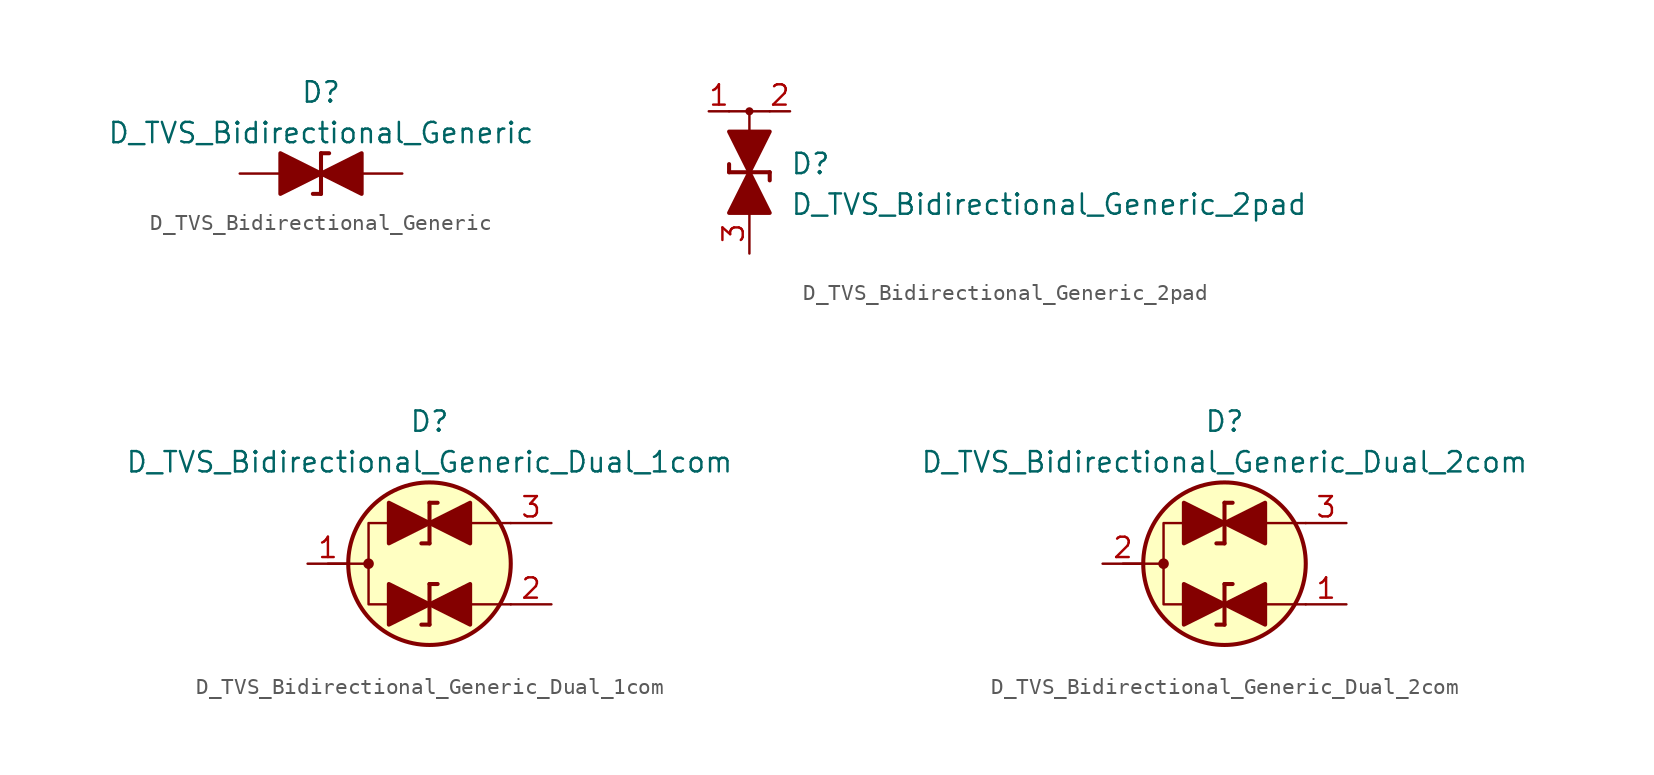
<source format=kicad_sym>
(kicad_symbol_lib
  (version 20211014)
  (generator kicad_symbol_editor)
  (symbol "D_TVS_Bidirectional_Generic"
    (pin_numbers hide)
    (pin_names
      (offset 1.016) hide)
    (property "Reference" "D"
      (at 0 5.08 0)
      (effects (font (size 1.27 1.27))))
    (property "Value" "D_TVS_Bidirectional_Generic"
      (at 0 2.54 0)
      (effects (font (size 1.27 1.27))))
    (symbol "D_TVS_Bidirectional_Generic_0_1"
      (polyline (pts (xy 0 -1.27) (xy -0.508 -1.27)) (stroke (width 0.254) (type default) (color 0 0 0 0)) (fill (type none)))
      (polyline (pts (xy 0 1.27) (xy 0 -1.27)) (stroke (width 0.254) (type default) (color 0 0 0 0)) (fill (type none)))
      (polyline (pts (xy 0 1.27) (xy 0.508 1.27)) (stroke (width 0.254) (type default) (color 0 0 0 0)) (fill (type none)))
      (polyline (pts (xy 1.27 0) (xy -1.27 0)) (stroke (width 0) (type default) (color 0 0 0 0)) (fill (type none)))
      (polyline (pts (xy 0 0) (xy -2.54 1.27) (xy -2.54 -1.27) (xy 0 0)) (stroke (width 0.254) (type default) (color 0 0 0 0)) (fill (type outline)))
      (polyline (pts (xy 2.54 1.27) (xy 2.54 -1.27) (xy 0 0) (xy 2.54 1.27)) (stroke (width 0.254) (type default) (color 0 0 0 0)) (fill (type outline))))
    (symbol "D_TVS_Bidirectional_Generic_1_1"
      (pin passive line (at -5.08 0 0) (length 2.54) (name "K" (effects (font (size 1.27 1.27)))) (number "1" (effects (font (size 1.27 1.27)))))
      (pin passive line (at 5.08 0 180) (length 2.54) (name "A" (effects (font (size 1.27 1.27)))) (number "2" (effects (font (size 1.27 1.27)))))))
  (symbol "D_TVS_Bidirectional_Generic_2pad"
    (pin_names
      (offset 1.016) hide)
    (property "Reference" "D"
      (at 2.54 1.27 0)
      (effects (font (size 1.27 1.27)) (justify left top)))
    (property "Value" "D_TVS_Bidirectional_Generic_2pad"
      (at 2.54 -1.27 0)
      (effects (font (size 1.27 1.27)) (justify left top)))
    (symbol "D_TVS_Bidirectional_Generic_2pad_0_1"
      (polyline (pts (xy -1.27 0) (xy -1.27 0.508)) (stroke (width 0.254) (type default) (color 0 0 0 0)) (fill (type none)))
      (polyline (pts (xy -1.27 0) (xy 1.27 0)) (stroke (width 0.254) (type default) (color 0 0 0 0)) (fill (type none)))
      (polyline (pts (xy 0 1.27) (xy 0 -1.27)) (stroke (width 0) (type default) (color 0 0 0 0)) (fill (type none)))
      (polyline (pts (xy 0 2.54) (xy 0 1.27)) (stroke (width 0) (type default) (color 0 0 0 0)) (fill (type none)))
      (polyline (pts (xy 1.27 0) (xy 1.27 -0.508)) (stroke (width 0.254) (type default) (color 0 0 0 0)) (fill (type none)))
      (polyline (pts (xy -1.27 2.54) (xy 1.27 2.54) (xy 0 0) (xy -1.27 2.54)) (stroke (width 0.254) (type default) (color 0 0 0 0)) (fill (type outline)))
      (polyline (pts (xy 0 0) (xy -1.27 -2.54) (xy 1.27 -2.54) (xy 0 0)) (stroke (width 0.254) (type default) (color 0 0 0 0)) (fill (type outline))))
    (symbol "D_TVS_Bidirectional_Generic_2pad_1_1"
      (polyline (pts (xy 0 2.54) (xy 0 3.81)) (stroke (width 0) (type default) (color 0 0 0 0)) (fill (type none)))
      (polyline (pts (xy 1.27 3.81) (xy -1.27 3.81)) (stroke (width 0) (type default) (color 0 0 0 0)) (fill (type none)))
      (circle (center 0 3.81) (radius 0.178) (stroke (width 0) (type default) (color 0 0 0 0)) (fill (type outline)))
      (pin passive line (at -2.54 3.81 0) (length 1.27) (name "In" (effects (font (size 1.27 1.27)))) (number "1" (effects (font (size 1.27 1.27)))))
      (pin passive line (at 2.54 3.81 180) (length 1.27) (name "Out" (effects (font (size 1.27 1.27)))) (number "2" (effects (font (size 1.27 1.27)))))
      (pin passive line (at 0 -5.08 90) (length 2.54) (name "Gnd" (effects (font (size 1.27 1.27)))) (number "3" (effects (font (size 1.27 1.27)))))))
  (symbol "D_TVS_Bidirectional_Generic_Dual_1com"
    (pin_names
      (offset 1.016) hide)
    (property "Reference" "D"
      (at 0 8.89 0)
      (effects (font (size 1.27 1.27))))
    (property "Value" "D_TVS_Bidirectional_Generic_Dual_1com"
      (at 0 6.35 0)
      (effects (font (size 1.27 1.27))))
    (symbol "D_TVS_Bidirectional_Generic_Dual_1com_0_1"
      (circle (center -3.81 0) (radius 0.254) (stroke (width 0) (type default) (color 0 0 0 0)) (fill (type outline)))
      (polyline (pts (xy -6.35 0) (xy -3.81 0)) (stroke (width 0) (type default) (color 0 0 0 0)) (fill (type none)))
      (polyline (pts (xy 1.27 -2.54) (xy 5.08 -2.54)) (stroke (width 0) (type default) (color 0 0 0 0)) (fill (type none)))
      (polyline (pts (xy 1.27 2.54) (xy 5.08 2.54)) (stroke (width 0) (type default) (color 0 0 0 0)) (fill (type none)))
      (polyline (pts (xy -2.54 2.54) (xy -3.81 2.54) (xy -3.81 -2.54) (xy -2.54 -2.54)) (stroke (width 0) (type default) (color 0 0 0 0)) (fill (type none)))
      (circle (center 0 0) (radius 5.08) (stroke (width 0.254) (type default) (color 0 0 0 0)) (fill (type background))))
    (symbol "D_TVS_Bidirectional_Generic_Dual_1com_1_1"
      (polyline (pts (xy -1.27 -2.54) (xy 1.27 -2.54)) (stroke (width 0) (type default) (color 0 0 0 0)) (fill (type none)))
      (polyline (pts (xy -1.27 2.54) (xy 1.27 2.54)) (stroke (width 0) (type default) (color 0 0 0 0)) (fill (type none)))
      (polyline (pts (xy 0 -3.81) (xy -0.508 -3.81)) (stroke (width 0.254) (type default) (color 0 0 0 0)) (fill (type none)))
      (polyline (pts (xy 0 -3.81) (xy 0 -1.27)) (stroke (width 0.254) (type default) (color 0 0 0 0)) (fill (type none)))
      (polyline (pts (xy 0 -1.27) (xy 0.508 -1.27)) (stroke (width 0.254) (type default) (color 0 0 0 0)) (fill (type none)))
      (polyline (pts (xy 0 1.27) (xy -0.508 1.27)) (stroke (width 0.254) (type default) (color 0 0 0 0)) (fill (type none)))
      (polyline (pts (xy 0 1.27) (xy 0 3.81)) (stroke (width 0.254) (type default) (color 0 0 0 0)) (fill (type none)))
      (polyline (pts (xy 0 3.81) (xy 0.508 3.81)) (stroke (width 0.254) (type default) (color 0 0 0 0)) (fill (type none)))
      (polyline (pts (xy -2.54 -3.81) (xy -2.54 -1.27) (xy 0 -2.54) (xy -2.54 -3.81)) (stroke (width 0.254) (type default) (color 0 0 0 0)) (fill (type outline)))
      (polyline (pts (xy -2.54 1.27) (xy -2.54 3.81) (xy 0 2.54) (xy -2.54 1.27)) (stroke (width 0.254) (type default) (color 0 0 0 0)) (fill (type outline)))
      (polyline (pts (xy 0 -2.54) (xy 2.54 -3.81) (xy 2.54 -1.27) (xy 0 -2.54)) (stroke (width 0.254) (type default) (color 0 0 0 0)) (fill (type outline)))
      (polyline (pts (xy 0 2.54) (xy 2.54 1.27) (xy 2.54 3.81) (xy 0 2.54)) (stroke (width 0.254) (type default) (color 0 0 0 0)) (fill (type outline)))
      (pin passive line (at -7.62 0 0) (length 2.54) (name "Com" (effects (font (size 1.27 1.27)))) (number "1" (effects (font (size 1.27 1.27)))))
      (pin passive line (at 7.62 -2.54 180) (length 2.54) (name "A1" (effects (font (size 1.27 1.27)))) (number "2" (effects (font (size 1.27 1.27)))))
      (pin passive line (at 7.62 2.54 180) (length 2.54) (name "A2" (effects (font (size 1.27 1.27)))) (number "3" (effects (font (size 1.27 1.27)))))))
  (symbol "D_TVS_Bidirectional_Generic_Dual_2com"
    (pin_names
      (offset 1.016) hide)
    (property "Reference" "D"
      (at 0 8.89 0)
      (effects (font (size 1.27 1.27))))
    (property "Value" "D_TVS_Bidirectional_Generic_Dual_2com"
      (at 0 6.35 0)
      (effects (font (size 1.27 1.27))))
    (symbol "D_TVS_Bidirectional_Generic_Dual_2com_0_1"
      (circle (center -3.81 0) (radius 0.254) (stroke (width 0) (type default) (color 0 0 0 0)) (fill (type outline)))
      (polyline (pts (xy -6.35 0) (xy -3.81 0)) (stroke (width 0) (type default) (color 0 0 0 0)) (fill (type none)))
      (polyline (pts (xy 2.54 -2.54) (xy 5.08 -2.54)) (stroke (width 0) (type default) (color 0 0 0 0)) (fill (type none)))
      (polyline (pts (xy 2.54 2.54) (xy 5.08 2.54)) (stroke (width 0) (type default) (color 0 0 0 0)) (fill (type none)))
      (polyline (pts (xy -2.54 2.54) (xy -3.81 2.54) (xy -3.81 -2.54) (xy -2.54 -2.54)) (stroke (width 0) (type default) (color 0 0 0 0)) (fill (type none)))
      (circle (center 0 0) (radius 5.08) (stroke (width 0.254) (type default) (color 0 0 0 0)) (fill (type background))))
    (symbol "D_TVS_Bidirectional_Generic_Dual_2com_1_1"
      (polyline (pts (xy -1.27 -2.54) (xy 1.27 -2.54)) (stroke (width 0) (type default) (color 0 0 0 0)) (fill (type none)))
      (polyline (pts (xy -1.27 2.54) (xy 1.27 2.54)) (stroke (width 0) (type default) (color 0 0 0 0)) (fill (type none)))
      (polyline (pts (xy 0 -3.81) (xy -0.508 -3.81)) (stroke (width 0.254) (type default) (color 0 0 0 0)) (fill (type none)))
      (polyline (pts (xy 0 -3.81) (xy 0 -1.27)) (stroke (width 0.254) (type default) (color 0 0 0 0)) (fill (type none)))
      (polyline (pts (xy 0 -1.27) (xy 0.508 -1.27)) (stroke (width 0.254) (type default) (color 0 0 0 0)) (fill (type none)))
      (polyline (pts (xy 0 1.27) (xy -0.508 1.27)) (stroke (width 0.254) (type default) (color 0 0 0 0)) (fill (type none)))
      (polyline (pts (xy 0 1.27) (xy 0 3.81)) (stroke (width 0.254) (type default) (color 0 0 0 0)) (fill (type none)))
      (polyline (pts (xy 0 3.81) (xy 0.508 3.81)) (stroke (width 0.254) (type default) (color 0 0 0 0)) (fill (type none)))
      (polyline (pts (xy -2.54 -3.81) (xy -2.54 -1.27) (xy 0 -2.54) (xy -2.54 -3.81)) (stroke (width 0.254) (type default) (color 0 0 0 0)) (fill (type outline)))
      (polyline (pts (xy -2.54 1.27) (xy -2.54 3.81) (xy 0 2.54) (xy -2.54 1.27)) (stroke (width 0.254) (type default) (color 0 0 0 0)) (fill (type outline)))
      (polyline (pts (xy 0 -2.54) (xy 2.54 -3.81) (xy 2.54 -1.27) (xy 0 -2.54)) (stroke (width 0.254) (type default) (color 0 0 0 0)) (fill (type outline)))
      (polyline (pts (xy 0 2.54) (xy 2.54 1.27) (xy 2.54 3.81) (xy 0 2.54)) (stroke (width 0.254) (type default) (color 0 0 0 0)) (fill (type outline)))
      (pin passive line (at 7.62 -2.54 180) (length 2.54) (name "A1" (effects (font (size 1.27 1.27)))) (number "1" (effects (font (size 1.27 1.27)))))
      (pin passive line (at -7.62 0 0) (length 2.54) (name "Com" (effects (font (size 1.27 1.27)))) (number "2" (effects (font (size 1.27 1.27)))))
      (pin passive line (at 7.62 2.54 180) (length 2.54) (name "A2" (effects (font (size 1.27 1.27)))) (number "3" (effects (font (size 1.27 1.27))))))))
</source>
